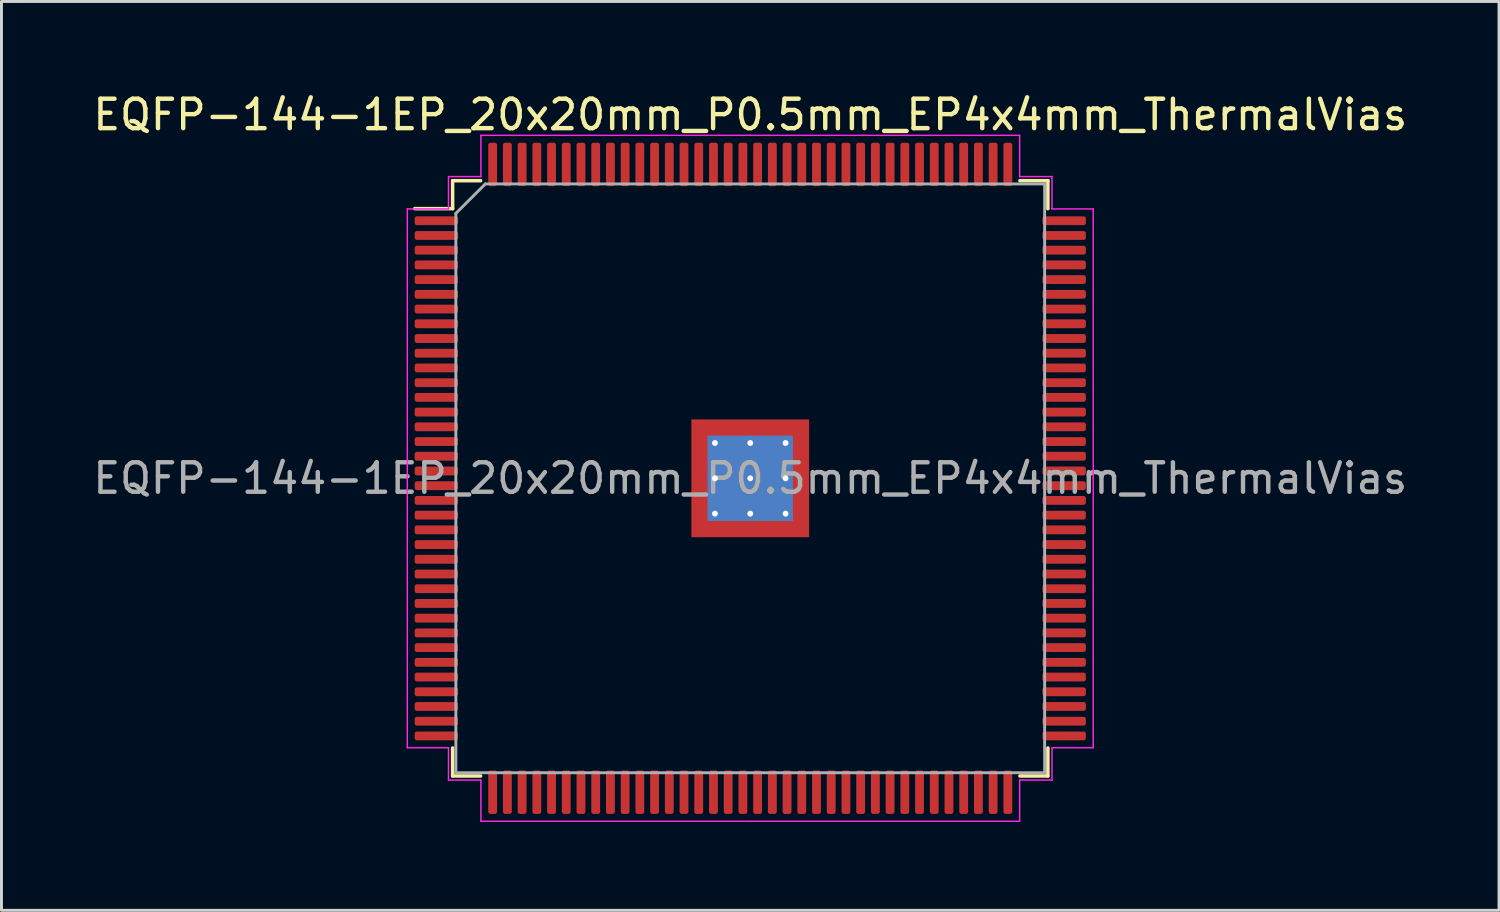
<source format=kicad_pcb>
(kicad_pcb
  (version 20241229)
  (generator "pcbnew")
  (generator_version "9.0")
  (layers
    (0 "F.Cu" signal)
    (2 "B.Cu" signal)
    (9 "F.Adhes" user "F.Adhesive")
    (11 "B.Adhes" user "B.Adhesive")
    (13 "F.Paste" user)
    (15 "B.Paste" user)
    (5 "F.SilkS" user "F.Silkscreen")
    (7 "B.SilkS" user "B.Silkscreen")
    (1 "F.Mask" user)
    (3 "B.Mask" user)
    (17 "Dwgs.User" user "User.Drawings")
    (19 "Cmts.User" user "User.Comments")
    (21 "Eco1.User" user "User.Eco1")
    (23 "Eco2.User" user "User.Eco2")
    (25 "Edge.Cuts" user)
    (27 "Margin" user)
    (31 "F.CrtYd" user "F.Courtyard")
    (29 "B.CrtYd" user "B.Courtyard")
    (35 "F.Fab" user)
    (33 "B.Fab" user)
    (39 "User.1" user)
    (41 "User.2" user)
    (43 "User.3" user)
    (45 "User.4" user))
  (footprint "EQFP-144-1EP_20x20mm_P0.5mm_EP4x4mm_ThermalVias"
    (layer "F.Cu")
    (at 22.435 13.198)
    (property "Reference" "EQFP-144-1EP_20x20mm_P0.5mm_EP4x4mm_ThermalVias" (at 0 -12.35 0) (layer "F.SilkS") (effects (font (size 1 1) (thickness 0.15))))
    (attr smd)
    (fp_line (start -10.11 -10.11) (end -10.11 -9.16) (stroke (width 0.12) (type solid)) (layer "F.SilkS"))
    (fp_line (start -10.11 -9.16) (end -11.4 -9.16) (stroke (width 0.12) (type solid)) (layer "F.SilkS"))
    (fp_line (start -10.11 10.11) (end -10.11 9.16) (stroke (width 0.12) (type solid)) (layer "F.SilkS"))
    (fp_line (start -9.16 -10.11) (end -10.11 -10.11) (stroke (width 0.12) (type solid)) (layer "F.SilkS"))
    (fp_line (start -9.16 10.11) (end -10.11 10.11) (stroke (width 0.12) (type solid)) (layer "F.SilkS"))
    (fp_line (start 9.16 -10.11) (end 10.11 -10.11) (stroke (width 0.12) (type solid)) (layer "F.SilkS"))
    (fp_line (start 9.16 10.11) (end 10.11 10.11) (stroke (width 0.12) (type solid)) (layer "F.SilkS"))
    (fp_line (start 10.11 -10.11) (end 10.11 -9.16) (stroke (width 0.12) (type solid)) (layer "F.SilkS"))
    (fp_line (start 10.11 10.11) (end 10.11 9.16) (stroke (width 0.12) (type solid)) (layer "F.SilkS"))
    (fp_line (start -11.65 -9.15) (end -11.65 0) (stroke (width 0.05) (type solid)) (layer "F.CrtYd"))
    (fp_line (start -11.65 9.15) (end -11.65 0) (stroke (width 0.05) (type solid)) (layer "F.CrtYd"))
    (fp_line (start -10.25 -10.25) (end -10.25 -9.15) (stroke (width 0.05) (type solid)) (layer "F.CrtYd"))
    (fp_line (start -10.25 -9.15) (end -11.65 -9.15) (stroke (width 0.05) (type solid)) (layer "F.CrtYd"))
    (fp_line (start -10.25 9.15) (end -11.65 9.15) (stroke (width 0.05) (type solid)) (layer "F.CrtYd"))
    (fp_line (start -10.25 10.25) (end -10.25 9.15) (stroke (width 0.05) (type solid)) (layer "F.CrtYd"))
    (fp_line (start -9.15 -11.65) (end -9.15 -10.25) (stroke (width 0.05) (type solid)) (layer "F.CrtYd"))
    (fp_line (start -9.15 -10.25) (end -10.25 -10.25) (stroke (width 0.05) (type solid)) (layer "F.CrtYd"))
    (fp_line (start -9.15 10.25) (end -10.25 10.25) (stroke (width 0.05) (type solid)) (layer "F.CrtYd"))
    (fp_line (start -9.15 11.65) (end -9.15 10.25) (stroke (width 0.05) (type solid)) (layer "F.CrtYd"))
    (fp_line (start 0 -11.65) (end -9.15 -11.65) (stroke (width 0.05) (type solid)) (layer "F.CrtYd"))
    (fp_line (start 0 -11.65) (end 9.15 -11.65) (stroke (width 0.05) (type solid)) (layer "F.CrtYd"))
    (fp_line (start 0 11.65) (end -9.15 11.65) (stroke (width 0.05) (type solid)) (layer "F.CrtYd"))
    (fp_line (start 0 11.65) (end 9.15 11.65) (stroke (width 0.05) (type solid)) (layer "F.CrtYd"))
    (fp_line (start 9.15 -11.65) (end 9.15 -10.25) (stroke (width 0.05) (type solid)) (layer "F.CrtYd"))
    (fp_line (start 9.15 -10.25) (end 10.25 -10.25) (stroke (width 0.05) (type solid)) (layer "F.CrtYd"))
    (fp_line (start 9.15 10.25) (end 10.25 10.25) (stroke (width 0.05) (type solid)) (layer "F.CrtYd"))
    (fp_line (start 9.15 11.65) (end 9.15 10.25) (stroke (width 0.05) (type solid)) (layer "F.CrtYd"))
    (fp_line (start 10.25 -10.25) (end 10.25 -9.15) (stroke (width 0.05) (type solid)) (layer "F.CrtYd"))
    (fp_line (start 10.25 -9.15) (end 11.65 -9.15) (stroke (width 0.05) (type solid)) (layer "F.CrtYd"))
    (fp_line (start 10.25 9.15) (end 11.65 9.15) (stroke (width 0.05) (type solid)) (layer "F.CrtYd"))
    (fp_line (start 10.25 10.25) (end 10.25 9.15) (stroke (width 0.05) (type solid)) (layer "F.CrtYd"))
    (fp_line (start 11.65 -9.15) (end 11.65 0) (stroke (width 0.05) (type solid)) (layer "F.CrtYd"))
    (fp_line (start 11.65 9.15) (end 11.65 0) (stroke (width 0.05) (type solid)) (layer "F.CrtYd"))
    (fp_line (start -10 -9) (end -9 -10) (stroke (width 0.1) (type solid)) (layer "F.Fab"))
    (fp_line (start -10 10) (end -10 -9) (stroke (width 0.1) (type solid)) (layer "F.Fab"))
    (fp_line (start -9 -10) (end 10 -10) (stroke (width 0.1) (type solid)) (layer "F.Fab"))
    (fp_line (start 10 -10) (end 10 10) (stroke (width 0.1) (type solid)) (layer "F.Fab"))
    (fp_line (start 10 10) (end -10 10) (stroke (width 0.1) (type solid)) (layer "F.Fab"))
    (fp_text user "${REFERENCE}" (at 0 0 0) (layer "F.Fab") (effects (font (size 1 1) (thickness 0.15))))
    (pad "" smd custom (at -1.6 -1.6) (size 0.555 0.555) (layers "F.Paste") (options (anchor circle)) (primitives (gr_poly (pts (xy 0.232 0.157) (xy 0.157 0.232) (xy -0.232 0.232) (xy -0.232 -0.232) (xy 0.232 -0.232)) (width 0.181) (fill yes))))
    (pad "" smd roundrect (at -1.6 -0.6) (size 0.645 0.967) (layers "F.Paste") (roundrect_rratio 0.25))
    (pad "" smd roundrect (at -1.6 0.6) (size 0.645 0.967) (layers "F.Paste") (roundrect_rratio 0.25))
    (pad "" smd custom (at -1.6 1.6) (size 0.555 0.555) (layers "F.Paste") (options (anchor circle)) (primitives (gr_poly (pts (xy 0.232 -0.157) (xy 0.232 0.232) (xy -0.232 0.232) (xy -0.232 -0.232) (xy 0.157 -0.232)) (width 0.181) (fill yes))))
    (pad "" smd roundrect (at -0.6 -1.6) (size 0.967 0.645) (layers "F.Paste") (roundrect_rratio 0.25))
    (pad "" smd roundrect (at -0.6 -0.6) (size 0.967 0.967) (layers "F.Paste") (roundrect_rratio 0.25))
    (pad "" smd roundrect (at -0.6 0.6) (size 0.967 0.967) (layers "F.Paste") (roundrect_rratio 0.25))
    (pad "" smd roundrect (at -0.6 1.6) (size 0.967 0.645) (layers "F.Paste") (roundrect_rratio 0.25))
    (pad "" smd roundrect (at 0.6 -1.6) (size 0.967 0.645) (layers "F.Paste") (roundrect_rratio 0.25))
    (pad "" smd roundrect (at 0.6 -0.6) (size 0.967 0.967) (layers "F.Paste") (roundrect_rratio 0.25))
    (pad "" smd roundrect (at 0.6 0.6) (size 0.967 0.967) (layers "F.Paste") (roundrect_rratio 0.25))
    (pad "" smd roundrect (at 0.6 1.6) (size 0.967 0.645) (layers "F.Paste") (roundrect_rratio 0.25))
    (pad "" smd custom (at 1.6 -1.6) (size 0.555 0.555) (layers "F.Paste") (options (anchor circle)) (primitives (gr_poly (pts (xy 0.232 0.232) (xy -0.157 0.232) (xy -0.232 0.157) (xy -0.232 -0.232) (xy 0.232 -0.232)) (width 0.181) (fill yes))))
    (pad "" smd roundrect (at 1.6 -0.6) (size 0.645 0.967) (layers "F.Paste") (roundrect_rratio 0.25))
    (pad "" smd roundrect (at 1.6 0.6) (size 0.645 0.967) (layers "F.Paste") (roundrect_rratio 0.25))
    (pad "" smd custom (at 1.6 1.6) (size 0.555 0.555) (layers "F.Paste") (options (anchor circle)) (primitives (gr_poly (pts (xy 0.232 0.232) (xy -0.232 0.232) (xy -0.232 -0.157) (xy -0.157 -0.232) (xy 0.232 -0.232)) (width 0.181) (fill yes))))
    (pad "1" smd roundrect (at -10.662 -8.75) (size 1.475 0.3) (layers "F.Cu" "F.Mask" "F.Paste") (roundrect_rratio 0.25))
    (pad "2" smd roundrect (at -10.662 -8.25) (size 1.475 0.3) (layers "F.Cu" "F.Mask" "F.Paste") (roundrect_rratio 0.25))
    (pad "3" smd roundrect (at -10.662 -7.75) (size 1.475 0.3) (layers "F.Cu" "F.Mask" "F.Paste") (roundrect_rratio 0.25))
    (pad "4" smd roundrect (at -10.662 -7.25) (size 1.475 0.3) (layers "F.Cu" "F.Mask" "F.Paste") (roundrect_rratio 0.25))
    (pad "5" smd roundrect (at -10.662 -6.75) (size 1.475 0.3) (layers "F.Cu" "F.Mask" "F.Paste") (roundrect_rratio 0.25))
    (pad "6" smd roundrect (at -10.662 -6.25) (size 1.475 0.3) (layers "F.Cu" "F.Mask" "F.Paste") (roundrect_rratio 0.25))
    (pad "7" smd roundrect (at -10.662 -5.75) (size 1.475 0.3) (layers "F.Cu" "F.Mask" "F.Paste") (roundrect_rratio 0.25))
    (pad "8" smd roundrect (at -10.662 -5.25) (size 1.475 0.3) (layers "F.Cu" "F.Mask" "F.Paste") (roundrect_rratio 0.25))
    (pad "9" smd roundrect (at -10.662 -4.75) (size 1.475 0.3) (layers "F.Cu" "F.Mask" "F.Paste") (roundrect_rratio 0.25))
    (pad "10" smd roundrect (at -10.662 -4.25) (size 1.475 0.3) (layers "F.Cu" "F.Mask" "F.Paste") (roundrect_rratio 0.25))
    (pad "11" smd roundrect (at -10.662 -3.75) (size 1.475 0.3) (layers "F.Cu" "F.Mask" "F.Paste") (roundrect_rratio 0.25))
    (pad "12" smd roundrect (at -10.662 -3.25) (size 1.475 0.3) (layers "F.Cu" "F.Mask" "F.Paste") (roundrect_rratio 0.25))
    (pad "13" smd roundrect (at -10.662 -2.75) (size 1.475 0.3) (layers "F.Cu" "F.Mask" "F.Paste") (roundrect_rratio 0.25))
    (pad "14" smd roundrect (at -10.662 -2.25) (size 1.475 0.3) (layers "F.Cu" "F.Mask" "F.Paste") (roundrect_rratio 0.25))
    (pad "15" smd roundrect (at -10.662 -1.75) (size 1.475 0.3) (layers "F.Cu" "F.Mask" "F.Paste") (roundrect_rratio 0.25))
    (pad "16" smd roundrect (at -10.662 -1.25) (size 1.475 0.3) (layers "F.Cu" "F.Mask" "F.Paste") (roundrect_rratio 0.25))
    (pad "17" smd roundrect (at -10.662 -0.75) (size 1.475 0.3) (layers "F.Cu" "F.Mask" "F.Paste") (roundrect_rratio 0.25))
    (pad "18" smd roundrect (at -10.662 -0.25) (size 1.475 0.3) (layers "F.Cu" "F.Mask" "F.Paste") (roundrect_rratio 0.25))
    (pad "19" smd roundrect (at -10.662 0.25) (size 1.475 0.3) (layers "F.Cu" "F.Mask" "F.Paste") (roundrect_rratio 0.25))
    (pad "20" smd roundrect (at -10.662 0.75) (size 1.475 0.3) (layers "F.Cu" "F.Mask" "F.Paste") (roundrect_rratio 0.25))
    (pad "21" smd roundrect (at -10.662 1.25) (size 1.475 0.3) (layers "F.Cu" "F.Mask" "F.Paste") (roundrect_rratio 0.25))
    (pad "22" smd roundrect (at -10.662 1.75) (size 1.475 0.3) (layers "F.Cu" "F.Mask" "F.Paste") (roundrect_rratio 0.25))
    (pad "23" smd roundrect (at -10.662 2.25) (size 1.475 0.3) (layers "F.Cu" "F.Mask" "F.Paste") (roundrect_rratio 0.25))
    (pad "24" smd roundrect (at -10.662 2.75) (size 1.475 0.3) (layers "F.Cu" "F.Mask" "F.Paste") (roundrect_rratio 0.25))
    (pad "25" smd roundrect (at -10.662 3.25) (size 1.475 0.3) (layers "F.Cu" "F.Mask" "F.Paste") (roundrect_rratio 0.25))
    (pad "26" smd roundrect (at -10.662 3.75) (size 1.475 0.3) (layers "F.Cu" "F.Mask" "F.Paste") (roundrect_rratio 0.25))
    (pad "27" smd roundrect (at -10.662 4.25) (size 1.475 0.3) (layers "F.Cu" "F.Mask" "F.Paste") (roundrect_rratio 0.25))
    (pad "28" smd roundrect (at -10.662 4.75) (size 1.475 0.3) (layers "F.Cu" "F.Mask" "F.Paste") (roundrect_rratio 0.25))
    (pad "29" smd roundrect (at -10.662 5.25) (size 1.475 0.3) (layers "F.Cu" "F.Mask" "F.Paste") (roundrect_rratio 0.25))
    (pad "30" smd roundrect (at -10.662 5.75) (size 1.475 0.3) (layers "F.Cu" "F.Mask" "F.Paste") (roundrect_rratio 0.25))
    (pad "31" smd roundrect (at -10.662 6.25) (size 1.475 0.3) (layers "F.Cu" "F.Mask" "F.Paste") (roundrect_rratio 0.25))
    (pad "32" smd roundrect (at -10.662 6.75) (size 1.475 0.3) (layers "F.Cu" "F.Mask" "F.Paste") (roundrect_rratio 0.25))
    (pad "33" smd roundrect (at -10.662 7.25) (size 1.475 0.3) (layers "F.Cu" "F.Mask" "F.Paste") (roundrect_rratio 0.25))
    (pad "34" smd roundrect (at -10.662 7.75) (size 1.475 0.3) (layers "F.Cu" "F.Mask" "F.Paste") (roundrect_rratio 0.25))
    (pad "35" smd roundrect (at -10.662 8.25) (size 1.475 0.3) (layers "F.Cu" "F.Mask" "F.Paste") (roundrect_rratio 0.25))
    (pad "36" smd roundrect (at -10.662 8.75) (size 1.475 0.3) (layers "F.Cu" "F.Mask" "F.Paste") (roundrect_rratio 0.25))
    (pad "37" smd roundrect (at -8.75 10.662) (size 0.3 1.475) (layers "F.Cu" "F.Mask" "F.Paste") (roundrect_rratio 0.25))
    (pad "38" smd roundrect (at -8.25 10.662) (size 0.3 1.475) (layers "F.Cu" "F.Mask" "F.Paste") (roundrect_rratio 0.25))
    (pad "39" smd roundrect (at -7.75 10.662) (size 0.3 1.475) (layers "F.Cu" "F.Mask" "F.Paste") (roundrect_rratio 0.25))
    (pad "40" smd roundrect (at -7.25 10.662) (size 0.3 1.475) (layers "F.Cu" "F.Mask" "F.Paste") (roundrect_rratio 0.25))
    (pad "41" smd roundrect (at -6.75 10.662) (size 0.3 1.475) (layers "F.Cu" "F.Mask" "F.Paste") (roundrect_rratio 0.25))
    (pad "42" smd roundrect (at -6.25 10.662) (size 0.3 1.475) (layers "F.Cu" "F.Mask" "F.Paste") (roundrect_rratio 0.25))
    (pad "43" smd roundrect (at -5.75 10.662) (size 0.3 1.475) (layers "F.Cu" "F.Mask" "F.Paste") (roundrect_rratio 0.25))
    (pad "44" smd roundrect (at -5.25 10.662) (size 0.3 1.475) (layers "F.Cu" "F.Mask" "F.Paste") (roundrect_rratio 0.25))
    (pad "45" smd roundrect (at -4.75 10.662) (size 0.3 1.475) (layers "F.Cu" "F.Mask" "F.Paste") (roundrect_rratio 0.25))
    (pad "46" smd roundrect (at -4.25 10.662) (size 0.3 1.475) (layers "F.Cu" "F.Mask" "F.Paste") (roundrect_rratio 0.25))
    (pad "47" smd roundrect (at -3.75 10.662) (size 0.3 1.475) (layers "F.Cu" "F.Mask" "F.Paste") (roundrect_rratio 0.25))
    (pad "48" smd roundrect (at -3.25 10.662) (size 0.3 1.475) (layers "F.Cu" "F.Mask" "F.Paste") (roundrect_rratio 0.25))
    (pad "49" smd roundrect (at -2.75 10.662) (size 0.3 1.475) (layers "F.Cu" "F.Mask" "F.Paste") (roundrect_rratio 0.25))
    (pad "50" smd roundrect (at -2.25 10.662) (size 0.3 1.475) (layers "F.Cu" "F.Mask" "F.Paste") (roundrect_rratio 0.25))
    (pad "51" smd roundrect (at -1.75 10.662) (size 0.3 1.475) (layers "F.Cu" "F.Mask" "F.Paste") (roundrect_rratio 0.25))
    (pad "52" smd roundrect (at -1.25 10.662) (size 0.3 1.475) (layers "F.Cu" "F.Mask" "F.Paste") (roundrect_rratio 0.25))
    (pad "53" smd roundrect (at -0.75 10.662) (size 0.3 1.475) (layers "F.Cu" "F.Mask" "F.Paste") (roundrect_rratio 0.25))
    (pad "54" smd roundrect (at -0.25 10.662) (size 0.3 1.475) (layers "F.Cu" "F.Mask" "F.Paste") (roundrect_rratio 0.25))
    (pad "55" smd roundrect (at 0.25 10.662) (size 0.3 1.475) (layers "F.Cu" "F.Mask" "F.Paste") (roundrect_rratio 0.25))
    (pad "56" smd roundrect (at 0.75 10.662) (size 0.3 1.475) (layers "F.Cu" "F.Mask" "F.Paste") (roundrect_rratio 0.25))
    (pad "57" smd roundrect (at 1.25 10.662) (size 0.3 1.475) (layers "F.Cu" "F.Mask" "F.Paste") (roundrect_rratio 0.25))
    (pad "58" smd roundrect (at 1.75 10.662) (size 0.3 1.475) (layers "F.Cu" "F.Mask" "F.Paste") (roundrect_rratio 0.25))
    (pad "59" smd roundrect (at 2.25 10.662) (size 0.3 1.475) (layers "F.Cu" "F.Mask" "F.Paste") (roundrect_rratio 0.25))
    (pad "60" smd roundrect (at 2.75 10.662) (size 0.3 1.475) (layers "F.Cu" "F.Mask" "F.Paste") (roundrect_rratio 0.25))
    (pad "61" smd roundrect (at 3.25 10.662) (size 0.3 1.475) (layers "F.Cu" "F.Mask" "F.Paste") (roundrect_rratio 0.25))
    (pad "62" smd roundrect (at 3.75 10.662) (size 0.3 1.475) (layers "F.Cu" "F.Mask" "F.Paste") (roundrect_rratio 0.25))
    (pad "63" smd roundrect (at 4.25 10.662) (size 0.3 1.475) (layers "F.Cu" "F.Mask" "F.Paste") (roundrect_rratio 0.25))
    (pad "64" smd roundrect (at 4.75 10.662) (size 0.3 1.475) (layers "F.Cu" "F.Mask" "F.Paste") (roundrect_rratio 0.25))
    (pad "65" smd roundrect (at 5.25 10.662) (size 0.3 1.475) (layers "F.Cu" "F.Mask" "F.Paste") (roundrect_rratio 0.25))
    (pad "66" smd roundrect (at 5.75 10.662) (size 0.3 1.475) (layers "F.Cu" "F.Mask" "F.Paste") (roundrect_rratio 0.25))
    (pad "67" smd roundrect (at 6.25 10.662) (size 0.3 1.475) (layers "F.Cu" "F.Mask" "F.Paste") (roundrect_rratio 0.25))
    (pad "68" smd roundrect (at 6.75 10.662) (size 0.3 1.475) (layers "F.Cu" "F.Mask" "F.Paste") (roundrect_rratio 0.25))
    (pad "69" smd roundrect (at 7.25 10.662) (size 0.3 1.475) (layers "F.Cu" "F.Mask" "F.Paste") (roundrect_rratio 0.25))
    (pad "70" smd roundrect (at 7.75 10.662) (size 0.3 1.475) (layers "F.Cu" "F.Mask" "F.Paste") (roundrect_rratio 0.25))
    (pad "71" smd roundrect (at 8.25 10.662) (size 0.3 1.475) (layers "F.Cu" "F.Mask" "F.Paste") (roundrect_rratio 0.25))
    (pad "72" smd roundrect (at 8.75 10.662) (size 0.3 1.475) (layers "F.Cu" "F.Mask" "F.Paste") (roundrect_rratio 0.25))
    (pad "73" smd roundrect (at 10.662 8.75) (size 1.475 0.3) (layers "F.Cu" "F.Mask" "F.Paste") (roundrect_rratio 0.25))
    (pad "74" smd roundrect (at 10.662 8.25) (size 1.475 0.3) (layers "F.Cu" "F.Mask" "F.Paste") (roundrect_rratio 0.25))
    (pad "75" smd roundrect (at 10.662 7.75) (size 1.475 0.3) (layers "F.Cu" "F.Mask" "F.Paste") (roundrect_rratio 0.25))
    (pad "76" smd roundrect (at 10.662 7.25) (size 1.475 0.3) (layers "F.Cu" "F.Mask" "F.Paste") (roundrect_rratio 0.25))
    (pad "77" smd roundrect (at 10.662 6.75) (size 1.475 0.3) (layers "F.Cu" "F.Mask" "F.Paste") (roundrect_rratio 0.25))
    (pad "78" smd roundrect (at 10.662 6.25) (size 1.475 0.3) (layers "F.Cu" "F.Mask" "F.Paste") (roundrect_rratio 0.25))
    (pad "79" smd roundrect (at 10.662 5.75) (size 1.475 0.3) (layers "F.Cu" "F.Mask" "F.Paste") (roundrect_rratio 0.25))
    (pad "80" smd roundrect (at 10.662 5.25) (size 1.475 0.3) (layers "F.Cu" "F.Mask" "F.Paste") (roundrect_rratio 0.25))
    (pad "81" smd roundrect (at 10.662 4.75) (size 1.475 0.3) (layers "F.Cu" "F.Mask" "F.Paste") (roundrect_rratio 0.25))
    (pad "82" smd roundrect (at 10.662 4.25) (size 1.475 0.3) (layers "F.Cu" "F.Mask" "F.Paste") (roundrect_rratio 0.25))
    (pad "83" smd roundrect (at 10.662 3.75) (size 1.475 0.3) (layers "F.Cu" "F.Mask" "F.Paste") (roundrect_rratio 0.25))
    (pad "84" smd roundrect (at 10.662 3.25) (size 1.475 0.3) (layers "F.Cu" "F.Mask" "F.Paste") (roundrect_rratio 0.25))
    (pad "85" smd roundrect (at 10.662 2.75) (size 1.475 0.3) (layers "F.Cu" "F.Mask" "F.Paste") (roundrect_rratio 0.25))
    (pad "86" smd roundrect (at 10.662 2.25) (size 1.475 0.3) (layers "F.Cu" "F.Mask" "F.Paste") (roundrect_rratio 0.25))
    (pad "87" smd roundrect (at 10.662 1.75) (size 1.475 0.3) (layers "F.Cu" "F.Mask" "F.Paste") (roundrect_rratio 0.25))
    (pad "88" smd roundrect (at 10.662 1.25) (size 1.475 0.3) (layers "F.Cu" "F.Mask" "F.Paste") (roundrect_rratio 0.25))
    (pad "89" smd roundrect (at 10.662 0.75) (size 1.475 0.3) (layers "F.Cu" "F.Mask" "F.Paste") (roundrect_rratio 0.25))
    (pad "90" smd roundrect (at 10.662 0.25) (size 1.475 0.3) (layers "F.Cu" "F.Mask" "F.Paste") (roundrect_rratio 0.25))
    (pad "91" smd roundrect (at 10.662 -0.25) (size 1.475 0.3) (layers "F.Cu" "F.Mask" "F.Paste") (roundrect_rratio 0.25))
    (pad "92" smd roundrect (at 10.662 -0.75) (size 1.475 0.3) (layers "F.Cu" "F.Mask" "F.Paste") (roundrect_rratio 0.25))
    (pad "93" smd roundrect (at 10.662 -1.25) (size 1.475 0.3) (layers "F.Cu" "F.Mask" "F.Paste") (roundrect_rratio 0.25))
    (pad "94" smd roundrect (at 10.662 -1.75) (size 1.475 0.3) (layers "F.Cu" "F.Mask" "F.Paste") (roundrect_rratio 0.25))
    (pad "95" smd roundrect (at 10.662 -2.25) (size 1.475 0.3) (layers "F.Cu" "F.Mask" "F.Paste") (roundrect_rratio 0.25))
    (pad "96" smd roundrect (at 10.662 -2.75) (size 1.475 0.3) (layers "F.Cu" "F.Mask" "F.Paste") (roundrect_rratio 0.25))
    (pad "97" smd roundrect (at 10.662 -3.25) (size 1.475 0.3) (layers "F.Cu" "F.Mask" "F.Paste") (roundrect_rratio 0.25))
    (pad "98" smd roundrect (at 10.662 -3.75) (size 1.475 0.3) (layers "F.Cu" "F.Mask" "F.Paste") (roundrect_rratio 0.25))
    (pad "99" smd roundrect (at 10.662 -4.25) (size 1.475 0.3) (layers "F.Cu" "F.Mask" "F.Paste") (roundrect_rratio 0.25))
    (pad "100" smd roundrect (at 10.662 -4.75) (size 1.475 0.3) (layers "F.Cu" "F.Mask" "F.Paste") (roundrect_rratio 0.25))
    (pad "101" smd roundrect (at 10.662 -5.25) (size 1.475 0.3) (layers "F.Cu" "F.Mask" "F.Paste") (roundrect_rratio 0.25))
    (pad "102" smd roundrect (at 10.662 -5.75) (size 1.475 0.3) (layers "F.Cu" "F.Mask" "F.Paste") (roundrect_rratio 0.25))
    (pad "103" smd roundrect (at 10.662 -6.25) (size 1.475 0.3) (layers "F.Cu" "F.Mask" "F.Paste") (roundrect_rratio 0.25))
    (pad "104" smd roundrect (at 10.662 -6.75) (size 1.475 0.3) (layers "F.Cu" "F.Mask" "F.Paste") (roundrect_rratio 0.25))
    (pad "105" smd roundrect (at 10.662 -7.25) (size 1.475 0.3) (layers "F.Cu" "F.Mask" "F.Paste") (roundrect_rratio 0.25))
    (pad "106" smd roundrect (at 10.662 -7.75) (size 1.475 0.3) (layers "F.Cu" "F.Mask" "F.Paste") (roundrect_rratio 0.25))
    (pad "107" smd roundrect (at 10.662 -8.25) (size 1.475 0.3) (layers "F.Cu" "F.Mask" "F.Paste") (roundrect_rratio 0.25))
    (pad "108" smd roundrect (at 10.662 -8.75) (size 1.475 0.3) (layers "F.Cu" "F.Mask" "F.Paste") (roundrect_rratio 0.25))
    (pad "109" smd roundrect (at 8.75 -10.662) (size 0.3 1.475) (layers "F.Cu" "F.Mask" "F.Paste") (roundrect_rratio 0.25))
    (pad "110" smd roundrect (at 8.25 -10.662) (size 0.3 1.475) (layers "F.Cu" "F.Mask" "F.Paste") (roundrect_rratio 0.25))
    (pad "111" smd roundrect (at 7.75 -10.662) (size 0.3 1.475) (layers "F.Cu" "F.Mask" "F.Paste") (roundrect_rratio 0.25))
    (pad "112" smd roundrect (at 7.25 -10.662) (size 0.3 1.475) (layers "F.Cu" "F.Mask" "F.Paste") (roundrect_rratio 0.25))
    (pad "113" smd roundrect (at 6.75 -10.662) (size 0.3 1.475) (layers "F.Cu" "F.Mask" "F.Paste") (roundrect_rratio 0.25))
    (pad "114" smd roundrect (at 6.25 -10.662) (size 0.3 1.475) (layers "F.Cu" "F.Mask" "F.Paste") (roundrect_rratio 0.25))
    (pad "115" smd roundrect (at 5.75 -10.662) (size 0.3 1.475) (layers "F.Cu" "F.Mask" "F.Paste") (roundrect_rratio 0.25))
    (pad "116" smd roundrect (at 5.25 -10.662) (size 0.3 1.475) (layers "F.Cu" "F.Mask" "F.Paste") (roundrect_rratio 0.25))
    (pad "117" smd roundrect (at 4.75 -10.662) (size 0.3 1.475) (layers "F.Cu" "F.Mask" "F.Paste") (roundrect_rratio 0.25))
    (pad "118" smd roundrect (at 4.25 -10.662) (size 0.3 1.475) (layers "F.Cu" "F.Mask" "F.Paste") (roundrect_rratio 0.25))
    (pad "119" smd roundrect (at 3.75 -10.662) (size 0.3 1.475) (layers "F.Cu" "F.Mask" "F.Paste") (roundrect_rratio 0.25))
    (pad "120" smd roundrect (at 3.25 -10.662) (size 0.3 1.475) (layers "F.Cu" "F.Mask" "F.Paste") (roundrect_rratio 0.25))
    (pad "121" smd roundrect (at 2.75 -10.662) (size 0.3 1.475) (layers "F.Cu" "F.Mask" "F.Paste") (roundrect_rratio 0.25))
    (pad "122" smd roundrect (at 2.25 -10.662) (size 0.3 1.475) (layers "F.Cu" "F.Mask" "F.Paste") (roundrect_rratio 0.25))
    (pad "123" smd roundrect (at 1.75 -10.662) (size 0.3 1.475) (layers "F.Cu" "F.Mask" "F.Paste") (roundrect_rratio 0.25))
    (pad "124" smd roundrect (at 1.25 -10.662) (size 0.3 1.475) (layers "F.Cu" "F.Mask" "F.Paste") (roundrect_rratio 0.25))
    (pad "125" smd roundrect (at 0.75 -10.662) (size 0.3 1.475) (layers "F.Cu" "F.Mask" "F.Paste") (roundrect_rratio 0.25))
    (pad "126" smd roundrect (at 0.25 -10.662) (size 0.3 1.475) (layers "F.Cu" "F.Mask" "F.Paste") (roundrect_rratio 0.25))
    (pad "127" smd roundrect (at -0.25 -10.662) (size 0.3 1.475) (layers "F.Cu" "F.Mask" "F.Paste") (roundrect_rratio 0.25))
    (pad "128" smd roundrect (at -0.75 -10.662) (size 0.3 1.475) (layers "F.Cu" "F.Mask" "F.Paste") (roundrect_rratio 0.25))
    (pad "129" smd roundrect (at -1.25 -10.662) (size 0.3 1.475) (layers "F.Cu" "F.Mask" "F.Paste") (roundrect_rratio 0.25))
    (pad "130" smd roundrect (at -1.75 -10.662) (size 0.3 1.475) (layers "F.Cu" "F.Mask" "F.Paste") (roundrect_rratio 0.25))
    (pad "131" smd roundrect (at -2.25 -10.662) (size 0.3 1.475) (layers "F.Cu" "F.Mask" "F.Paste") (roundrect_rratio 0.25))
    (pad "132" smd roundrect (at -2.75 -10.662) (size 0.3 1.475) (layers "F.Cu" "F.Mask" "F.Paste") (roundrect_rratio 0.25))
    (pad "133" smd roundrect (at -3.25 -10.662) (size 0.3 1.475) (layers "F.Cu" "F.Mask" "F.Paste") (roundrect_rratio 0.25))
    (pad "134" smd roundrect (at -3.75 -10.662) (size 0.3 1.475) (layers "F.Cu" "F.Mask" "F.Paste") (roundrect_rratio 0.25))
    (pad "135" smd roundrect (at -4.25 -10.662) (size 0.3 1.475) (layers "F.Cu" "F.Mask" "F.Paste") (roundrect_rratio 0.25))
    (pad "136" smd roundrect (at -4.75 -10.662) (size 0.3 1.475) (layers "F.Cu" "F.Mask" "F.Paste") (roundrect_rratio 0.25))
    (pad "137" smd roundrect (at -5.25 -10.662) (size 0.3 1.475) (layers "F.Cu" "F.Mask" "F.Paste") (roundrect_rratio 0.25))
    (pad "138" smd roundrect (at -5.75 -10.662) (size 0.3 1.475) (layers "F.Cu" "F.Mask" "F.Paste") (roundrect_rratio 0.25))
    (pad "139" smd roundrect (at -6.25 -10.662) (size 0.3 1.475) (layers "F.Cu" "F.Mask" "F.Paste") (roundrect_rratio 0.25))
    (pad "140" smd roundrect (at -6.75 -10.662) (size 0.3 1.475) (layers "F.Cu" "F.Mask" "F.Paste") (roundrect_rratio 0.25))
    (pad "141" smd roundrect (at -7.25 -10.662) (size 0.3 1.475) (layers "F.Cu" "F.Mask" "F.Paste") (roundrect_rratio 0.25))
    (pad "142" smd roundrect (at -7.75 -10.662) (size 0.3 1.475) (layers "F.Cu" "F.Mask" "F.Paste") (roundrect_rratio 0.25))
    (pad "143" smd roundrect (at -8.25 -10.662) (size 0.3 1.475) (layers "F.Cu" "F.Mask" "F.Paste") (roundrect_rratio 0.25))
    (pad "144" smd roundrect (at -8.75 -10.662) (size 0.3 1.475) (layers "F.Cu" "F.Mask" "F.Paste") (roundrect_rratio 0.25))
    (pad "145" thru_hole circle (at -1.2 -1.2) (size 0.5 0.5) (drill 0.2) (layers "*.Cu"))
    (pad "145" thru_hole circle (at -1.2 0) (size 0.5 0.5) (drill 0.2) (layers "*.Cu"))
    (pad "145" thru_hole circle (at -1.2 1.2) (size 0.5 0.5) (drill 0.2) (layers "*.Cu"))
    (pad "145" thru_hole circle (at 0 -1.2) (size 0.5 0.5) (drill 0.2) (layers "*.Cu"))
    (pad "145" thru_hole circle (at 0 0) (size 0.5 0.5) (drill 0.2) (layers "*.Cu"))
    (pad "145" smd rect (at 0 0) (size 2.9 2.9) (layers "B.Cu"))
    (pad "145" smd rect (at 0 0) (size 4 4) (layers "F.Cu" "F.Mask"))
    (pad "145" thru_hole circle (at 0 1.2) (size 0.5 0.5) (drill 0.2) (layers "*.Cu"))
    (pad "145" thru_hole circle (at 1.2 -1.2) (size 0.5 0.5) (drill 0.2) (layers "*.Cu"))
    (pad "145" thru_hole circle (at 1.2 0) (size 0.5 0.5) (drill 0.2) (layers "*.Cu"))
    (pad "145" thru_hole circle (at 1.2 1.2) (size 0.5 0.5) (drill 0.2) (layers "*.Cu")))
  (gr_rect
    (start -3 -3)
    (end 47.869 27.873)
    (stroke (width 0.1) (type default))
    (fill no)
    (layer "Edge.Cuts")))
</source>
